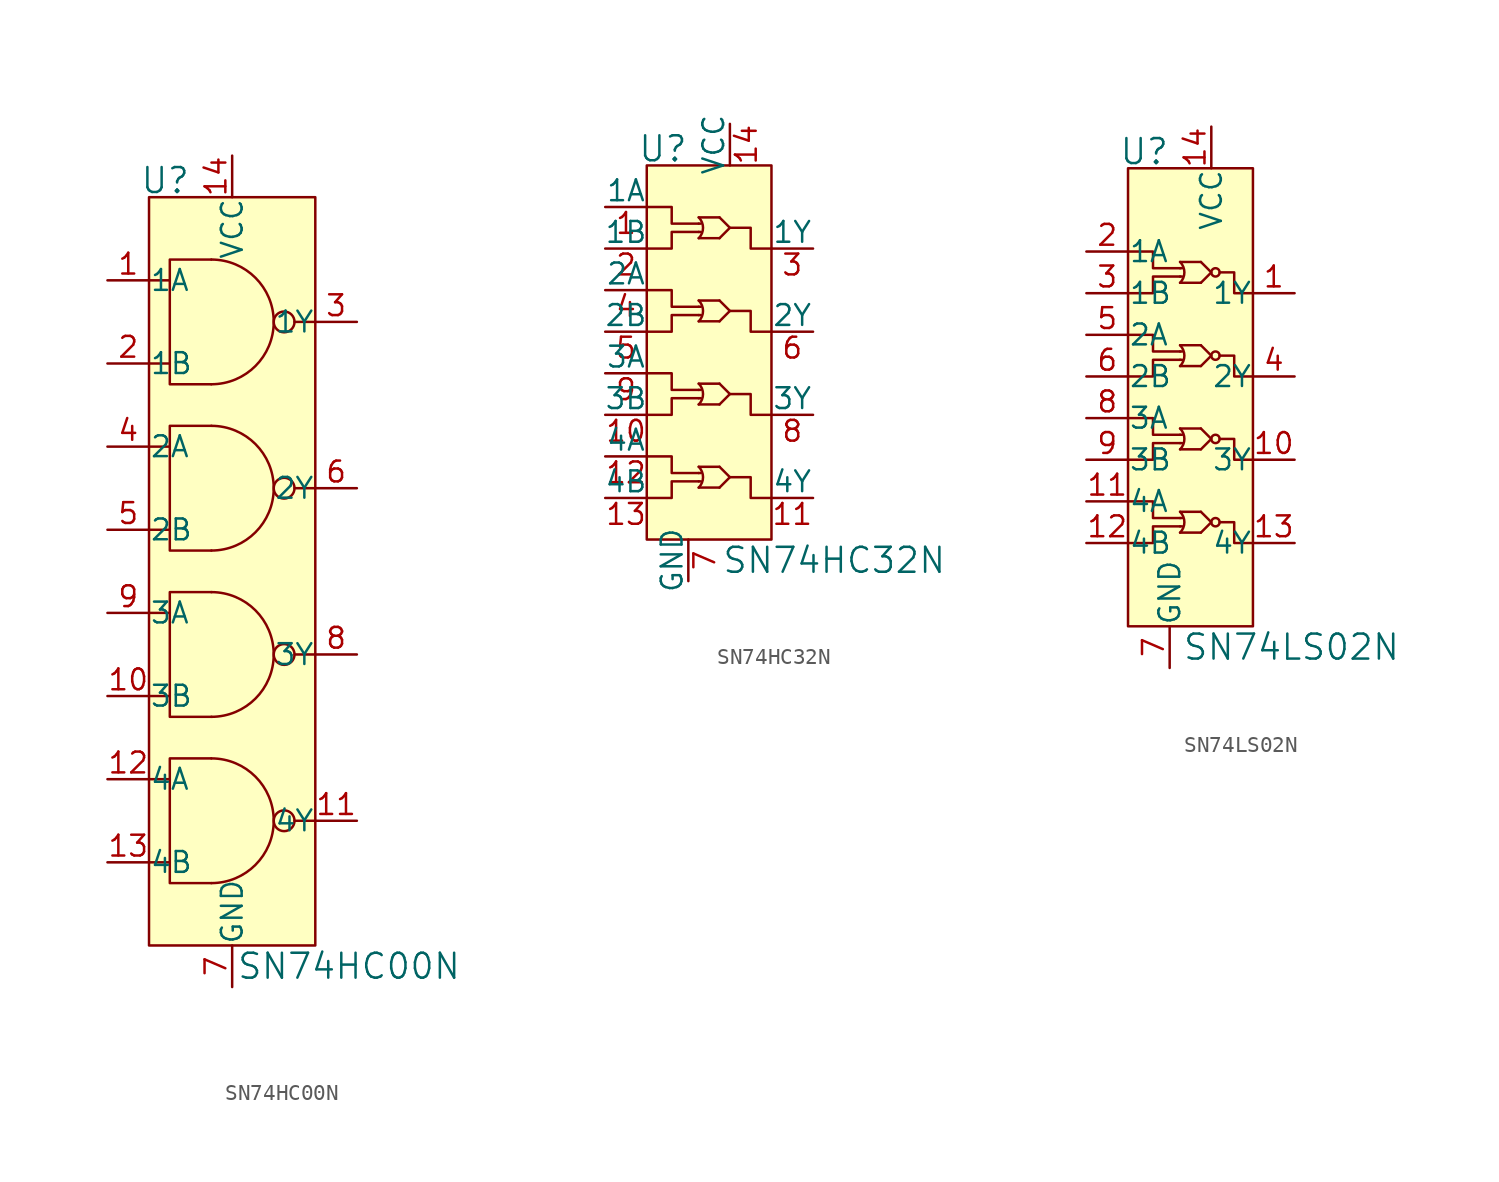
<source format=kicad_sym>
(kicad_symbol_lib
  (version 20211014)
  (generator kicad_symbol_editor)
  (symbol "SN74HC00N"
    (pin_names
      (offset 0.025))
    (property "Reference" "U"
      (at -2.54 23.876 0)
      (effects (font (size 1.524 1.524)) (justify right)))
    (property "Value" "SN74HC00N"
      (at 0.254 -24.13 0)
      (effects (font (size 1.524 1.524)) (justify left)))
    (symbol "SN74HC00N_0_1"
      (rectangle (start -5.08 22.86) (end 5.08 -22.86) (stroke (width 0) (type default) (color 0 0 0 0)) (fill (type background)))
      (arc (start -1.27 -19.05) (mid 2.54 -15.24) (end -1.27 -11.43) (stroke (width 0) (type default) (color 0 0 0 0)) (fill (type background)))
      (arc (start -1.27 -8.89) (mid 2.54 -5.08) (end -1.27 -1.27) (stroke (width 0) (type default) (color 0 0 0 0)) (fill (type background)))
      (arc (start -1.27 1.27) (mid 2.54 5.08) (end -1.27 8.89) (stroke (width 0) (type default) (color 0 0 0 0)) (fill (type background)))
      (arc (start -1.27 11.43) (mid 2.54 15.24) (end -1.27 19.05) (stroke (width 0) (type default) (color 0 0 0 0)) (fill (type background)))
      (polyline (pts (xy -5.08 -17.78) (xy -3.81 -17.78)) (stroke (width 0) (type default) (color 0 0 0 0)) (fill (type none)))
      (polyline (pts (xy -5.08 -7.62) (xy -3.81 -7.62)) (stroke (width 0) (type default) (color 0 0 0 0)) (fill (type none)))
      (polyline (pts (xy -5.08 2.54) (xy -3.81 2.54)) (stroke (width 0) (type default) (color 0 0 0 0)) (fill (type none)))
      (polyline (pts (xy -5.08 12.7) (xy -3.81 12.7)) (stroke (width 0) (type default) (color 0 0 0 0)) (fill (type none)))
      (polyline (pts (xy -3.81 -12.7) (xy -5.08 -12.7)) (stroke (width 0) (type default) (color 0 0 0 0)) (fill (type none)))
      (polyline (pts (xy -3.81 -2.54) (xy -5.08 -2.54)) (stroke (width 0) (type default) (color 0 0 0 0)) (fill (type none)))
      (polyline (pts (xy -3.81 7.62) (xy -5.08 7.62)) (stroke (width 0) (type default) (color 0 0 0 0)) (fill (type none)))
      (polyline (pts (xy -3.81 17.78) (xy -5.08 17.78)) (stroke (width 0) (type default) (color 0 0 0 0)) (fill (type none)))
      (polyline (pts (xy 3.81 -15.24) (xy 5.08 -15.24)) (stroke (width 0) (type default) (color 0 0 0 0)) (fill (type none)))
      (polyline (pts (xy 3.81 5.08) (xy 5.08 5.08)) (stroke (width 0) (type default) (color 0 0 0 0)) (fill (type none)))
      (polyline (pts (xy 5.08 -5.08) (xy 3.81 -5.08)) (stroke (width 0) (type default) (color 0 0 0 0)) (fill (type none)))
      (polyline (pts (xy 5.08 15.24) (xy 3.81 15.24)) (stroke (width 0) (type default) (color 0 0 0 0)) (fill (type none)))
      (polyline (pts (xy -1.27 -11.43) (xy -3.81 -11.43) (xy -3.81 -19.05) (xy -1.27 -19.05)) (stroke (width 0) (type default) (color 0 0 0 0)) (fill (type background)))
      (polyline (pts (xy -1.27 -1.27) (xy -3.81 -1.27) (xy -3.81 -8.89) (xy -1.27 -8.89)) (stroke (width 0) (type default) (color 0 0 0 0)) (fill (type background)))
      (polyline (pts (xy -1.27 8.89) (xy -3.81 8.89) (xy -3.81 1.27) (xy -1.27 1.27)) (stroke (width 0) (type default) (color 0 0 0 0)) (fill (type background)))
      (polyline (pts (xy -1.27 19.05) (xy -3.81 19.05) (xy -3.81 11.43) (xy -1.27 11.43)) (stroke (width 0) (type default) (color 0 0 0 0)) (fill (type background)))
      (circle (center 3.175 -15.24) (radius 0.635) (stroke (width 0) (type default) (color 0 0 0 0)) (fill (type background)))
      (circle (center 3.175 -5.08) (radius 0.635) (stroke (width 0) (type default) (color 0 0 0 0)) (fill (type background)))
      (circle (center 3.175 5.08) (radius 0.635) (stroke (width 0) (type default) (color 0 0 0 0)) (fill (type background)))
      (circle (center 3.175 15.24) (radius 0.635) (stroke (width 0) (type default) (color 0 0 0 0)) (fill (type background))))
    (symbol "SN74HC00N_1_1"
      (pin input line (at -7.62 17.78 0) (length 2.54) (name "1A" (effects (font (size 1.27 1.27)))) (number "1" (effects (font (size 1.27 1.27)))))
      (pin input line (at -7.62 -7.62 0) (length 2.54) (name "3B" (effects (font (size 1.27 1.27)))) (number "10" (effects (font (size 1.27 1.27)))))
      (pin output line (at 7.62 -15.24 180) (length 2.54) (name "4Y" (effects (font (size 1.27 1.27)))) (number "11" (effects (font (size 1.27 1.27)))))
      (pin input line (at -7.62 -12.7 0) (length 2.54) (name "4A" (effects (font (size 1.27 1.27)))) (number "12" (effects (font (size 1.27 1.27)))))
      (pin input line (at -7.62 -17.78 0) (length 2.54) (name "4B" (effects (font (size 1.27 1.27)))) (number "13" (effects (font (size 1.27 1.27)))))
      (pin power_in line (at 0 25.4 270) (length 2.54) (name "VCC" (effects (font (size 1.27 1.27)))) (number "14" (effects (font (size 1.27 1.27)))))
      (pin input line (at -7.62 12.7 0) (length 2.54) (name "1B" (effects (font (size 1.27 1.27)))) (number "2" (effects (font (size 1.27 1.27)))))
      (pin output line (at 7.62 15.24 180) (length 2.54) (name "1Y" (effects (font (size 1.27 1.27)))) (number "3" (effects (font (size 1.27 1.27)))))
      (pin input line (at -7.62 7.62 0) (length 2.54) (name "2A" (effects (font (size 1.27 1.27)))) (number "4" (effects (font (size 1.27 1.27)))))
      (pin input line (at -7.62 2.54 0) (length 2.54) (name "2B" (effects (font (size 1.27 1.27)))) (number "5" (effects (font (size 1.27 1.27)))))
      (pin output line (at 7.62 5.08 180) (length 2.54) (name "2Y" (effects (font (size 1.27 1.27)))) (number "6" (effects (font (size 1.27 1.27)))))
      (pin power_in line (at 0 -25.4 90) (length 2.54) (name "GND" (effects (font (size 1.27 1.27)))) (number "7" (effects (font (size 1.27 1.27)))))
      (pin output line (at 7.62 -5.08 180) (length 2.54) (name "3Y" (effects (font (size 1.27 1.27)))) (number "8" (effects (font (size 1.27 1.27)))))
      (pin input line (at -7.62 -2.54 0) (length 2.54) (name "3A" (effects (font (size 1.27 1.27)))) (number "9" (effects (font (size 1.27 1.27)))))))
  (symbol "SN74HC32N"
    (pin_names
      (offset 0))
    (property "Reference" "U"
      (at -2.54 6.096 0)
      (effects (font (size 1.524 1.524)) (justify right)))
    (property "Value" "SN74HC32N"
      (at -0.508 -19.05 0)
      (effects (font (size 1.524 1.524)) (justify left)))
    (symbol "SN74HC32N_0_1"
      (rectangle (start -5.08 5.08) (end 2.54 -17.78) (stroke (width 0) (type default) (color 0 0 0 0)) (fill (type background)))
      (arc (start -1.905 -14.605) (mid -1.642 -13.97) (end -1.905 -13.335) (stroke (width 0) (type default) (color 0 0 0 0)) (fill (type none)))
      (arc (start -1.905 -9.525) (mid -1.642 -8.89) (end -1.905 -8.255) (stroke (width 0) (type default) (color 0 0 0 0)) (fill (type none)))
      (arc (start -1.905 -4.445) (mid -1.642 -3.81) (end -1.905 -3.175) (stroke (width 0) (type default) (color 0 0 0 0)) (fill (type none)))
      (arc (start -1.905 0.635) (mid -1.642 1.27) (end -1.905 1.905) (stroke (width 0) (type default) (color 0 0 0 0)) (fill (type none)))
      (polyline (pts (xy -1.905 -14.224) (xy -1.778 -14.224)) (stroke (width 0) (type default) (color 0 0 0 0)) (fill (type none)))
      (polyline (pts (xy -1.905 -13.716) (xy -1.778 -13.716)) (stroke (width 0) (type default) (color 0 0 0 0)) (fill (type none)))
      (polyline (pts (xy -1.905 -9.144) (xy -1.778 -9.144)) (stroke (width 0) (type default) (color 0 0 0 0)) (fill (type none)))
      (polyline (pts (xy -1.905 -8.636) (xy -1.778 -8.636)) (stroke (width 0) (type default) (color 0 0 0 0)) (fill (type none)))
      (polyline (pts (xy -1.905 -4.064) (xy -1.778 -4.064)) (stroke (width 0) (type default) (color 0 0 0 0)) (fill (type none)))
      (polyline (pts (xy -1.905 -3.556) (xy -1.778 -3.556)) (stroke (width 0) (type default) (color 0 0 0 0)) (fill (type none)))
      (polyline (pts (xy -1.905 1.016) (xy -1.778 1.016)) (stroke (width 0) (type default) (color 0 0 0 0)) (fill (type none)))
      (polyline (pts (xy -1.905 1.524) (xy -1.778 1.524)) (stroke (width 0) (type default) (color 0 0 0 0)) (fill (type none)))
      (polyline (pts (xy -0.635 -14.605) (xy -1.905 -14.605)) (stroke (width 0) (type default) (color 0 0 0 0)) (fill (type none)))
      (polyline (pts (xy -0.635 -13.335) (xy -1.905 -13.335)) (stroke (width 0) (type default) (color 0 0 0 0)) (fill (type none)))
      (polyline (pts (xy -0.635 -9.525) (xy -1.905 -9.525)) (stroke (width 0) (type default) (color 0 0 0 0)) (fill (type none)))
      (polyline (pts (xy -0.635 -8.255) (xy -1.905 -8.255)) (stroke (width 0) (type default) (color 0 0 0 0)) (fill (type none)))
      (polyline (pts (xy -0.635 -4.445) (xy -1.905 -4.445)) (stroke (width 0) (type default) (color 0 0 0 0)) (fill (type none)))
      (polyline (pts (xy -0.635 -3.175) (xy -1.905 -3.175)) (stroke (width 0) (type default) (color 0 0 0 0)) (fill (type none)))
      (polyline (pts (xy -0.635 0.635) (xy -1.905 0.635)) (stroke (width 0) (type default) (color 0 0 0 0)) (fill (type none)))
      (polyline (pts (xy -0.635 1.905) (xy -1.905 1.905)) (stroke (width 0) (type default) (color 0 0 0 0)) (fill (type none)))
      (polyline (pts (xy -0.635 -13.335) (xy 0 -13.97) (xy -0.635 -14.605)) (stroke (width 0) (type default) (color 0 0 0 0)) (fill (type none)))
      (polyline (pts (xy -0.635 -8.255) (xy 0 -8.89) (xy -0.635 -9.525)) (stroke (width 0) (type default) (color 0 0 0 0)) (fill (type none)))
      (polyline (pts (xy -0.635 -3.175) (xy 0 -3.81) (xy -0.635 -4.445)) (stroke (width 0) (type default) (color 0 0 0 0)) (fill (type none)))
      (polyline (pts (xy -0.635 1.905) (xy 0 1.27) (xy -0.635 0.635)) (stroke (width 0) (type default) (color 0 0 0 0)) (fill (type none)))
      (polyline (pts (xy -5.08 -15.24) (xy -3.556 -15.24) (xy -3.556 -14.224) (xy -1.905 -14.224)) (stroke (width 0) (type default) (color 0 0 0 0)) (fill (type none)))
      (polyline (pts (xy -5.08 -10.16) (xy -3.556 -10.16) (xy -3.556 -9.144) (xy -1.905 -9.144)) (stroke (width 0) (type default) (color 0 0 0 0)) (fill (type none)))
      (polyline (pts (xy -5.08 -5.08) (xy -3.556 -5.08) (xy -3.556 -4.064) (xy -1.905 -4.064)) (stroke (width 0) (type default) (color 0 0 0 0)) (fill (type none)))
      (polyline (pts (xy -5.08 0) (xy -3.556 0) (xy -3.556 1.016) (xy -1.905 1.016)) (stroke (width 0) (type default) (color 0 0 0 0)) (fill (type none)))
      (polyline (pts (xy -1.905 -13.716) (xy -3.556 -13.716) (xy -3.556 -12.7) (xy -5.08 -12.7)) (stroke (width 0) (type default) (color 0 0 0 0)) (fill (type none)))
      (polyline (pts (xy -1.905 -8.636) (xy -3.556 -8.636) (xy -3.556 -7.62) (xy -5.08 -7.62)) (stroke (width 0) (type default) (color 0 0 0 0)) (fill (type none)))
      (polyline (pts (xy -1.905 -3.556) (xy -3.556 -3.556) (xy -3.556 -2.54) (xy -5.08 -2.54)) (stroke (width 0) (type default) (color 0 0 0 0)) (fill (type none)))
      (polyline (pts (xy -1.905 1.524) (xy -3.556 1.524) (xy -3.556 2.54) (xy -5.08 2.54)) (stroke (width 0) (type default) (color 0 0 0 0)) (fill (type none)))
      (polyline (pts (xy 2.54 -15.24) (xy 1.27 -15.24) (xy 1.27 -13.97) (xy 0 -13.97)) (stroke (width 0) (type default) (color 0 0 0 0)) (fill (type none)))
      (polyline (pts (xy 2.54 -10.16) (xy 1.27 -10.16) (xy 1.27 -8.89) (xy 0 -8.89)) (stroke (width 0) (type default) (color 0 0 0 0)) (fill (type none)))
      (polyline (pts (xy 2.54 -5.08) (xy 1.27 -5.08) (xy 1.27 -3.81) (xy 0 -3.81)) (stroke (width 0) (type default) (color 0 0 0 0)) (fill (type none)))
      (polyline (pts (xy 2.54 0) (xy 1.27 0) (xy 1.27 1.27) (xy 0 1.27)) (stroke (width 0) (type default) (color 0 0 0 0)) (fill (type none))))
    (symbol "SN74HC32N_1_1"
      (pin input line (at -7.62 2.54 0) (length 2.54) (name "1A" (effects (font (size 1.27 1.27)))) (number "1" (effects (font (size 1.27 1.27)))))
      (pin input line (at -7.62 -10.16 0) (length 2.54) (name "3B" (effects (font (size 1.27 1.27)))) (number "10" (effects (font (size 1.27 1.27)))))
      (pin output line (at 5.08 -15.24 180) (length 2.54) (name "4Y" (effects (font (size 1.27 1.27)))) (number "11" (effects (font (size 1.27 1.27)))))
      (pin input line (at -7.62 -12.7 0) (length 2.54) (name "4A" (effects (font (size 1.27 1.27)))) (number "12" (effects (font (size 1.27 1.27)))))
      (pin input line (at -7.62 -15.24 0) (length 2.54) (name "4B" (effects (font (size 1.27 1.27)))) (number "13" (effects (font (size 1.27 1.27)))))
      (pin power_in line (at 0 7.62 270) (length 2.54) (name "VCC" (effects (font (size 1.27 1.27)))) (number "14" (effects (font (size 1.27 1.27)))))
      (pin input line (at -7.62 0 0) (length 2.54) (name "1B" (effects (font (size 1.27 1.27)))) (number "2" (effects (font (size 1.27 1.27)))))
      (pin output line (at 5.08 0 180) (length 2.54) (name "1Y" (effects (font (size 1.27 1.27)))) (number "3" (effects (font (size 1.27 1.27)))))
      (pin input line (at -7.62 -2.54 0) (length 2.54) (name "2A" (effects (font (size 1.27 1.27)))) (number "4" (effects (font (size 1.27 1.27)))))
      (pin input line (at -7.62 -5.08 0) (length 2.54) (name "2B" (effects (font (size 1.27 1.27)))) (number "5" (effects (font (size 1.27 1.27)))))
      (pin output line (at 5.08 -5.08 180) (length 2.54) (name "2Y" (effects (font (size 1.27 1.27)))) (number "6" (effects (font (size 1.27 1.27)))))
      (pin power_in line (at -2.54 -20.32 90) (length 2.54) (name "GND" (effects (font (size 1.27 1.27)))) (number "7" (effects (font (size 1.27 1.27)))))
      (pin output line (at 5.08 -10.16 180) (length 2.54) (name "3Y" (effects (font (size 1.27 1.27)))) (number "8" (effects (font (size 1.27 1.27)))))
      (pin input line (at -7.62 -7.62 0) (length 2.54) (name "3A" (effects (font (size 1.27 1.27)))) (number "9" (effects (font (size 1.27 1.27)))))))
  (symbol "SN74LS02N"
    (pin_names
      (offset 0.025))
    (property "Reference" "U"
      (at -2.54 8.636 0)
      (effects (font (size 1.524 1.524)) (justify right)))
    (property "Value" "SN74LS02N"
      (at -1.778 -21.59 0)
      (effects (font (size 1.524 1.524)) (justify left)))
    (symbol "SN74LS02N_0_1"
      (rectangle (start -5.08 7.62) (end 2.54 -20.32) (stroke (width 0) (type default) (color 0 0 0 0)) (fill (type background)))
      (arc (start -1.905 -14.605) (mid -1.642 -13.97) (end -1.905 -13.335) (stroke (width 0) (type default) (color 0 0 0 0)) (fill (type none)))
      (arc (start -1.905 -9.525) (mid -1.642 -8.89) (end -1.905 -8.255) (stroke (width 0) (type default) (color 0 0 0 0)) (fill (type none)))
      (arc (start -1.905 -4.445) (mid -1.642 -3.81) (end -1.905 -3.175) (stroke (width 0) (type default) (color 0 0 0 0)) (fill (type none)))
      (arc (start -1.905 0.635) (mid -1.642 1.27) (end -1.905 1.905) (stroke (width 0) (type default) (color 0 0 0 0)) (fill (type none)))
      (polyline (pts (xy -1.905 -14.224) (xy -1.778 -14.224)) (stroke (width 0) (type default) (color 0 0 0 0)) (fill (type none)))
      (polyline (pts (xy -1.905 -13.716) (xy -1.778 -13.716)) (stroke (width 0) (type default) (color 0 0 0 0)) (fill (type none)))
      (polyline (pts (xy -1.905 -9.144) (xy -1.778 -9.144)) (stroke (width 0) (type default) (color 0 0 0 0)) (fill (type none)))
      (polyline (pts (xy -1.905 -8.636) (xy -1.778 -8.636)) (stroke (width 0) (type default) (color 0 0 0 0)) (fill (type none)))
      (polyline (pts (xy -1.905 -4.064) (xy -1.778 -4.064)) (stroke (width 0) (type default) (color 0 0 0 0)) (fill (type none)))
      (polyline (pts (xy -1.905 -3.556) (xy -1.778 -3.556)) (stroke (width 0) (type default) (color 0 0 0 0)) (fill (type none)))
      (polyline (pts (xy -1.905 1.016) (xy -1.778 1.016)) (stroke (width 0) (type default) (color 0 0 0 0)) (fill (type none)))
      (polyline (pts (xy -1.905 1.524) (xy -1.778 1.524)) (stroke (width 0) (type default) (color 0 0 0 0)) (fill (type none)))
      (polyline (pts (xy -0.635 -14.605) (xy -1.905 -14.605)) (stroke (width 0) (type default) (color 0 0 0 0)) (fill (type none)))
      (polyline (pts (xy -0.635 -13.335) (xy -1.905 -13.335)) (stroke (width 0) (type default) (color 0 0 0 0)) (fill (type none)))
      (polyline (pts (xy -0.635 -9.525) (xy -1.905 -9.525)) (stroke (width 0) (type default) (color 0 0 0 0)) (fill (type none)))
      (polyline (pts (xy -0.635 -8.255) (xy -1.905 -8.255)) (stroke (width 0) (type default) (color 0 0 0 0)) (fill (type none)))
      (polyline (pts (xy -0.635 -4.445) (xy -1.905 -4.445)) (stroke (width 0) (type default) (color 0 0 0 0)) (fill (type none)))
      (polyline (pts (xy -0.635 -3.175) (xy -1.905 -3.175)) (stroke (width 0) (type default) (color 0 0 0 0)) (fill (type none)))
      (polyline (pts (xy -0.635 0.635) (xy -1.905 0.635)) (stroke (width 0) (type default) (color 0 0 0 0)) (fill (type none)))
      (polyline (pts (xy -0.635 1.905) (xy -1.905 1.905)) (stroke (width 0) (type default) (color 0 0 0 0)) (fill (type none)))
      (polyline (pts (xy -0.635 -13.335) (xy 0 -13.97) (xy -0.635 -14.605)) (stroke (width 0) (type default) (color 0 0 0 0)) (fill (type none)))
      (polyline (pts (xy -0.635 -8.255) (xy 0 -8.89) (xy -0.635 -9.525)) (stroke (width 0) (type default) (color 0 0 0 0)) (fill (type none)))
      (polyline (pts (xy -0.635 -3.175) (xy 0 -3.81) (xy -0.635 -4.445)) (stroke (width 0) (type default) (color 0 0 0 0)) (fill (type none)))
      (polyline (pts (xy -0.635 1.905) (xy 0 1.27) (xy -0.635 0.635)) (stroke (width 0) (type default) (color 0 0 0 0)) (fill (type none)))
      (polyline (pts (xy -5.08 -15.24) (xy -3.556 -15.24) (xy -3.556 -14.224) (xy -1.905 -14.224)) (stroke (width 0) (type default) (color 0 0 0 0)) (fill (type none)))
      (polyline (pts (xy -5.08 -10.16) (xy -3.556 -10.16) (xy -3.556 -9.144) (xy -1.905 -9.144)) (stroke (width 0) (type default) (color 0 0 0 0)) (fill (type none)))
      (polyline (pts (xy -5.08 -5.08) (xy -3.556 -5.08) (xy -3.556 -4.064) (xy -1.905 -4.064)) (stroke (width 0) (type default) (color 0 0 0 0)) (fill (type none)))
      (polyline (pts (xy -5.08 0) (xy -3.556 0) (xy -3.556 1.016) (xy -1.905 1.016)) (stroke (width 0) (type default) (color 0 0 0 0)) (fill (type none)))
      (polyline (pts (xy -1.905 -13.716) (xy -3.556 -13.716) (xy -3.556 -12.7) (xy -5.08 -12.7)) (stroke (width 0) (type default) (color 0 0 0 0)) (fill (type none)))
      (polyline (pts (xy -1.905 -8.636) (xy -3.556 -8.636) (xy -3.556 -7.62) (xy -5.08 -7.62)) (stroke (width 0) (type default) (color 0 0 0 0)) (fill (type none)))
      (polyline (pts (xy -1.905 -3.556) (xy -3.556 -3.556) (xy -3.556 -2.54) (xy -5.08 -2.54)) (stroke (width 0) (type default) (color 0 0 0 0)) (fill (type none)))
      (polyline (pts (xy -1.905 1.524) (xy -3.556 1.524) (xy -3.556 2.54) (xy -5.08 2.54)) (stroke (width 0) (type default) (color 0 0 0 0)) (fill (type none)))
      (polyline (pts (xy 0.508 -13.97) (xy 1.397 -13.97) (xy 1.397 -15.24) (xy 2.54 -15.24)) (stroke (width 0) (type default) (color 0 0 0 0)) (fill (type none)))
      (polyline (pts (xy 0.508 -8.89) (xy 1.397 -8.89) (xy 1.397 -10.16) (xy 2.54 -10.16)) (stroke (width 0) (type default) (color 0 0 0 0)) (fill (type none)))
      (polyline (pts (xy 0.508 -3.81) (xy 1.397 -3.81) (xy 1.397 -5.08) (xy 2.54 -5.08)) (stroke (width 0) (type default) (color 0 0 0 0)) (fill (type none)))
      (polyline (pts (xy 0.508 1.27) (xy 1.397 1.27) (xy 1.397 0) (xy 2.54 0)) (stroke (width 0) (type default) (color 0 0 0 0)) (fill (type none)))
      (circle (center 0.254 -13.97) (radius 0.254) (stroke (width 0) (type default) (color 0 0 0 0)) (fill (type none)))
      (circle (center 0.254 -8.89) (radius 0.254) (stroke (width 0) (type default) (color 0 0 0 0)) (fill (type none)))
      (circle (center 0.254 -3.81) (radius 0.254) (stroke (width 0) (type default) (color 0 0 0 0)) (fill (type none)))
      (circle (center 0.254 1.27) (radius 0.254) (stroke (width 0) (type default) (color 0 0 0 0)) (fill (type none))))
    (symbol "SN74LS02N_1_1"
      (pin output line (at 5.08 0 180) (length 2.54) (name "1Y" (effects (font (size 1.27 1.27)))) (number "1" (effects (font (size 1.27 1.27)))))
      (pin output line (at 5.08 -10.16 180) (length 2.54) (name "3Y" (effects (font (size 1.27 1.27)))) (number "10" (effects (font (size 1.27 1.27)))))
      (pin input line (at -7.62 -12.7 0) (length 2.54) (name "4A" (effects (font (size 1.27 1.27)))) (number "11" (effects (font (size 1.27 1.27)))))
      (pin input line (at -7.62 -15.24 0) (length 2.54) (name "4B" (effects (font (size 1.27 1.27)))) (number "12" (effects (font (size 1.27 1.27)))))
      (pin output line (at 5.08 -15.24 180) (length 2.54) (name "4Y" (effects (font (size 1.27 1.27)))) (number "13" (effects (font (size 1.27 1.27)))))
      (pin power_in line (at 0 10.16 270) (length 2.54) (name "VCC" (effects (font (size 1.27 1.27)))) (number "14" (effects (font (size 1.27 1.27)))))
      (pin input line (at -7.62 2.54 0) (length 2.54) (name "1A" (effects (font (size 1.27 1.27)))) (number "2" (effects (font (size 1.27 1.27)))))
      (pin input line (at -7.62 0 0) (length 2.54) (name "1B" (effects (font (size 1.27 1.27)))) (number "3" (effects (font (size 1.27 1.27)))))
      (pin output line (at 5.08 -5.08 180) (length 2.54) (name "2Y" (effects (font (size 1.27 1.27)))) (number "4" (effects (font (size 1.27 1.27)))))
      (pin input line (at -7.62 -2.54 0) (length 2.54) (name "2A" (effects (font (size 1.27 1.27)))) (number "5" (effects (font (size 1.27 1.27)))))
      (pin input line (at -7.62 -5.08 0) (length 2.54) (name "2B" (effects (font (size 1.27 1.27)))) (number "6" (effects (font (size 1.27 1.27)))))
      (pin power_in line (at -2.54 -22.86 90) (length 2.54) (name "GND" (effects (font (size 1.27 1.27)))) (number "7" (effects (font (size 1.27 1.27)))))
      (pin input line (at -7.62 -7.62 0) (length 2.54) (name "3A" (effects (font (size 1.27 1.27)))) (number "8" (effects (font (size 1.27 1.27)))))
      (pin input line (at -7.62 -10.16 0) (length 2.54) (name "3B" (effects (font (size 1.27 1.27)))) (number "9" (effects (font (size 1.27 1.27))))))))
</source>
